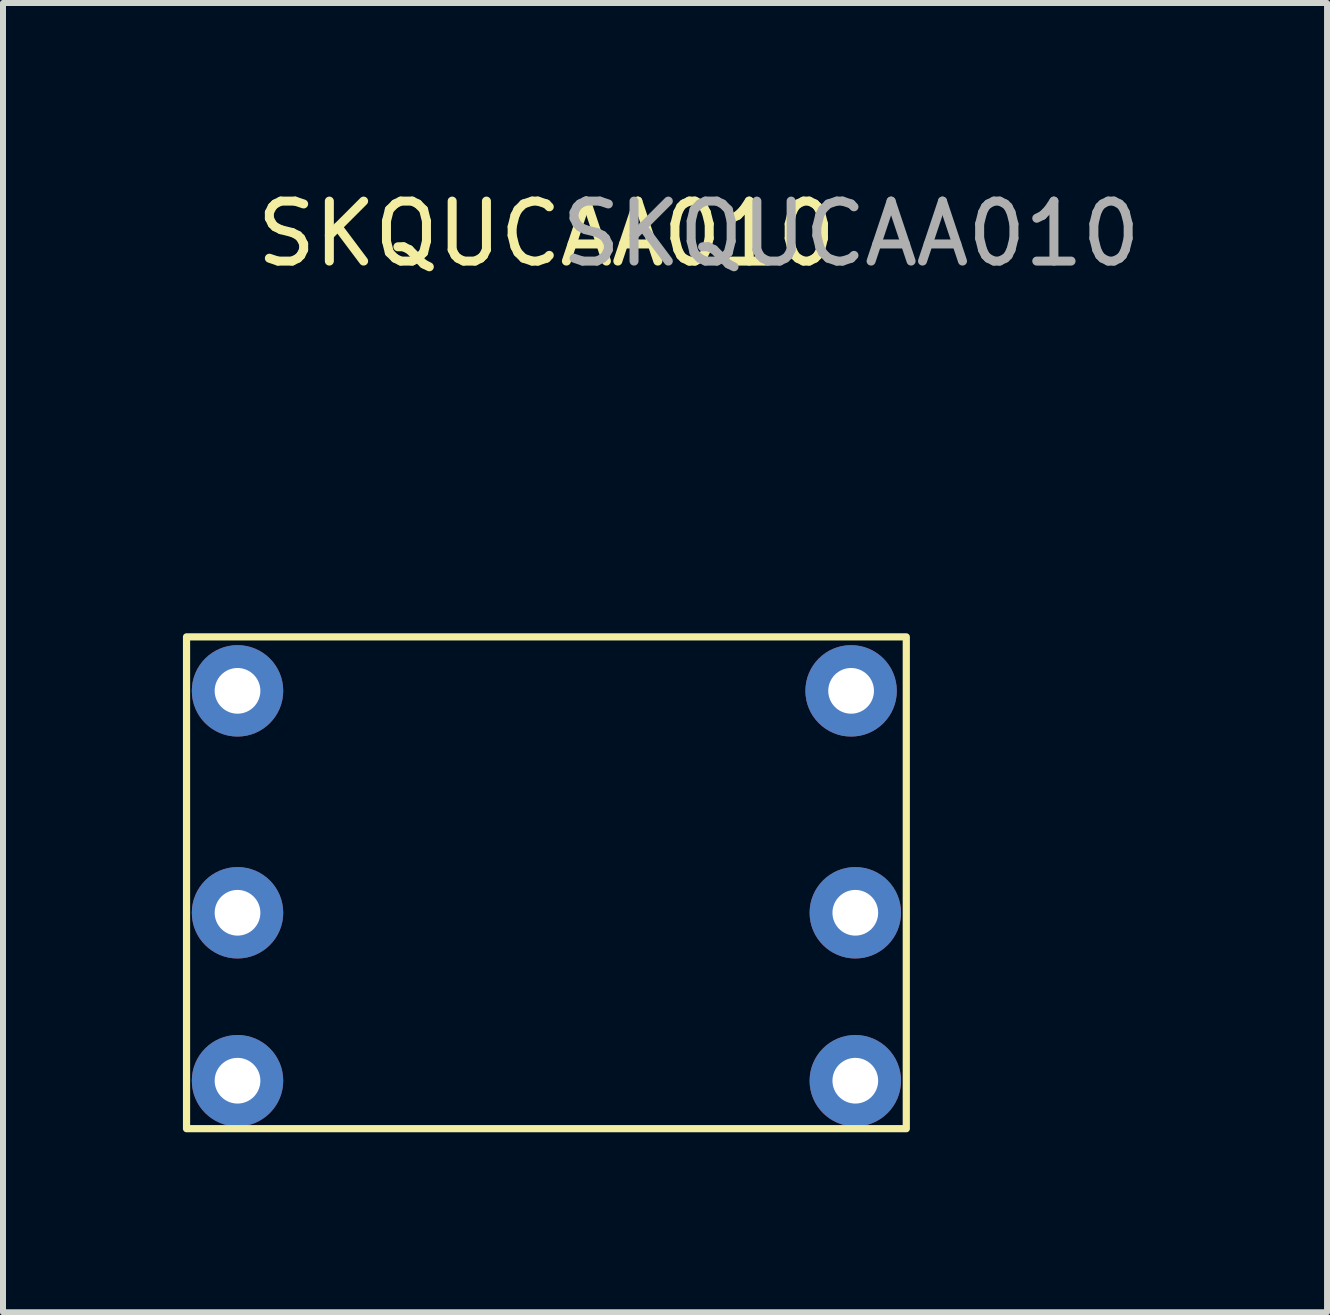
<source format=kicad_pcb>
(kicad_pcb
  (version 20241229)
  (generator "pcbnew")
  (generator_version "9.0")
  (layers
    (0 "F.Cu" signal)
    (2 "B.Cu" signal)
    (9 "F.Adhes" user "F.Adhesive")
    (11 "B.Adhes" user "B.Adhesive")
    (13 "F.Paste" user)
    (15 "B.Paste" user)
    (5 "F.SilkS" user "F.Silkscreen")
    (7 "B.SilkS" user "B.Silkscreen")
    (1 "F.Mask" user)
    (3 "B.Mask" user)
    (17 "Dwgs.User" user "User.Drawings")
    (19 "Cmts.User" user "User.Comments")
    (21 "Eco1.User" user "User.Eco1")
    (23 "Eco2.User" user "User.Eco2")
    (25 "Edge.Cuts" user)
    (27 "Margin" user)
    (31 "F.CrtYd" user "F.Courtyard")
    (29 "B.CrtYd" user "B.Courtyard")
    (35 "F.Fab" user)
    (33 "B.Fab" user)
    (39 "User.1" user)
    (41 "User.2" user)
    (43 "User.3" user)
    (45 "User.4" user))
  (footprint "SKQUCAA010"
    (layer "F.Cu")
    (at 6.06 8.468)
    (property "Reference" "SKQUCAA010" (at 0 -7.62 0) (unlocked yes) (layer "F.SilkS") (effects (font (size 1 1) (thickness 0.15))))
    (attr through_hole)
    (fp_rect (start -6 -0.9) (end 6 7.3) (stroke (width 0.12) (type solid)) (fill no) (layer "F.SilkS"))
    (fp_text user "${REFERENCE}" (at 5.08 -7.62 0) (unlocked yes) (layer "F.Fab") (effects (font (size 1 1) (thickness 0.15))))
    (pad "1" thru_hole circle (at -5.15 0) (size 1.524 1.524) (drill 0.762) (layers "*.Cu" "*.Mask"))
    (pad "2" thru_hole circle (at -5.15 3.7) (size 1.524 1.524) (drill 0.762) (layers "*.Cu" "*.Mask"))
    (pad "3" thru_hole circle (at -5.15 6.5) (size 1.524 1.524) (drill 0.762) (layers "*.Cu" "*.Mask"))
    (pad "4" thru_hole circle (at 5.15 6.5) (size 1.524 1.524) (drill 0.762) (layers "*.Cu" "*.Mask"))
    (pad "5" thru_hole circle (at 5.15 3.7) (size 1.524 1.524) (drill 0.762) (layers "*.Cu" "*.Mask"))
    (pad "6" thru_hole circle (at 5.08 0) (size 1.524 1.524) (drill 0.762) (layers "*.Cu" "*.Mask")))
  (gr_rect
    (start -3 -3)
    (end 19.075 18.828)
    (stroke (width 0.1) (type default))
    (fill no)
    (layer "Edge.Cuts")))
</source>
